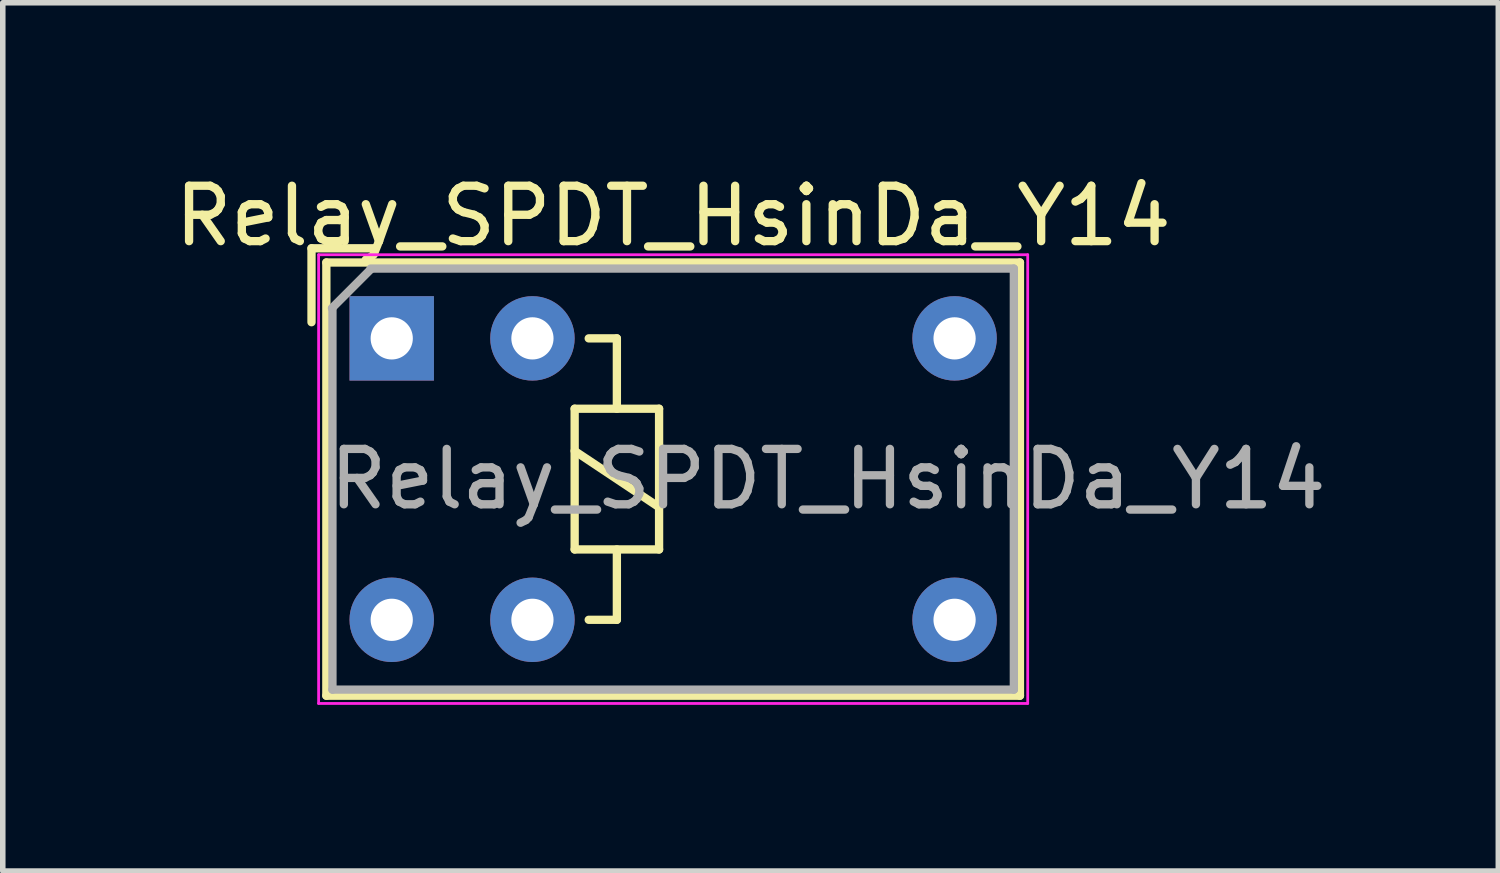
<source format=kicad_pcb>
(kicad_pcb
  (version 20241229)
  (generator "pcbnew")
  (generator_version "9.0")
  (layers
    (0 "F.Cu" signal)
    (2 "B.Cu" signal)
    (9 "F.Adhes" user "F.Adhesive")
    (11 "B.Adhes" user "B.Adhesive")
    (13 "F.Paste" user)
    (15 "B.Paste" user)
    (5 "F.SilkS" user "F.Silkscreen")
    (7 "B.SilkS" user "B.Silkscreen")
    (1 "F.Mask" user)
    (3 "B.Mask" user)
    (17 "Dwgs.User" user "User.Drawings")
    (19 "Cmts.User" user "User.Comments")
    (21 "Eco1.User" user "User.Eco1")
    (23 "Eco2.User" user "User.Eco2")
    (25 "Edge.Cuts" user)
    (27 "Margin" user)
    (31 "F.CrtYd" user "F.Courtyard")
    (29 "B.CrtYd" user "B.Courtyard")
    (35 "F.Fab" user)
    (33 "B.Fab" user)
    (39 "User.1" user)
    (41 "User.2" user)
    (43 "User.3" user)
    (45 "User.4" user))
  (footprint "Relay_SPDT_HsinDa_Y14"
    (layer "F.Cu")
    (at 4.021 3.058)
    (property "Reference" "Relay_SPDT_HsinDa_Y14" (at 5.08 -2.21 0) (layer "F.SilkS") (effects (font (size 1 1) (thickness 0.15))))
    (attr through_hole)
    (fp_line (start -1.448 -1.626) (end -1.448 -0.292) (stroke (width 0.15) (type solid)) (layer "F.SilkS"))
    (fp_line (start -1.18 -1.37) (end -1.18 6.45) (stroke (width 0.15) (type solid)) (layer "F.SilkS"))
    (fp_line (start -1.18 6.45) (end 11.34 6.45) (stroke (width 0.15) (type solid)) (layer "F.SilkS"))
    (fp_line (start -0.305 -1.626) (end -1.448 -1.626) (stroke (width 0.15) (type solid)) (layer "F.SilkS"))
    (fp_line (start 3.302 1.27) (end 4.826 1.27) (stroke (width 0.15) (type solid)) (layer "F.SilkS"))
    (fp_line (start 3.302 2.032) (end 4.826 3.048) (stroke (width 0.15) (type solid)) (layer "F.SilkS"))
    (fp_line (start 3.302 3.81) (end 3.302 1.27) (stroke (width 0.15) (type solid)) (layer "F.SilkS"))
    (fp_line (start 3.556 0) (end 4.064 0) (stroke (width 0.15) (type solid)) (layer "F.SilkS"))
    (fp_line (start 4.064 0) (end 4.064 1.27) (stroke (width 0.15) (type solid)) (layer "F.SilkS"))
    (fp_line (start 4.064 3.81) (end 4.064 5.08) (stroke (width 0.15) (type solid)) (layer "F.SilkS"))
    (fp_line (start 4.064 5.08) (end 3.556 5.08) (stroke (width 0.15) (type solid)) (layer "F.SilkS"))
    (fp_line (start 4.826 1.27) (end 4.826 3.81) (stroke (width 0.15) (type solid)) (layer "F.SilkS"))
    (fp_line (start 4.826 3.81) (end 3.302 3.81) (stroke (width 0.15) (type solid)) (layer "F.SilkS"))
    (fp_line (start 11.34 -1.37) (end -1.18 -1.37) (stroke (width 0.15) (type solid)) (layer "F.SilkS"))
    (fp_line (start 11.34 6.45) (end 11.34 -1.37) (stroke (width 0.15) (type solid)) (layer "F.SilkS"))
    (fp_line (start -1.32 -1.51) (end -1.32 6.59) (stroke (width 0.05) (type solid)) (layer "F.CrtYd"))
    (fp_line (start -1.32 6.59) (end 11.48 6.59) (stroke (width 0.05) (type solid)) (layer "F.CrtYd"))
    (fp_line (start 11.48 -1.51) (end -1.32 -1.51) (stroke (width 0.05) (type solid)) (layer "F.CrtYd"))
    (fp_line (start 11.48 6.59) (end 11.48 -1.51) (stroke (width 0.05) (type solid)) (layer "F.CrtYd"))
    (fp_line (start -1.07 6.34) (end -1.07 -0.546) (stroke (width 0.15) (type solid)) (layer "F.Fab"))
    (fp_line (start -0.381 -1.26) (end 11.23 -1.26) (stroke (width 0.15) (type solid)) (layer "F.Fab"))
    (fp_line (start -0.381 -1.245) (end -1.079 -0.546) (stroke (width 0.15) (type solid)) (layer "F.Fab"))
    (fp_line (start 11.23 -1.26) (end 11.23 6.34) (stroke (width 0.15) (type solid)) (layer "F.Fab"))
    (fp_line (start 11.23 6.34) (end -1.07 6.34) (stroke (width 0.15) (type solid)) (layer "F.Fab"))
    (fp_text user "${REFERENCE}" (at 7.874 2.54 0) (layer "F.Fab") (effects (font (size 1 1) (thickness 0.15))))
    (pad "1" thru_hole rect (at 0 0) (size 1.524 1.524) (drill 0.762) (layers "*.Cu" "*.Mask"))
    (pad "2" thru_hole circle (at 0 5.08) (size 1.524 1.524) (drill 0.762) (layers "*.Cu" "*.Mask"))
    (pad "3" thru_hole circle (at 2.54 0) (size 1.524 1.524) (drill 0.762) (layers "*.Cu" "*.Mask"))
    (pad "4" thru_hole circle (at 2.54 5.08) (size 1.524 1.524) (drill 0.762) (layers "*.Cu" "*.Mask"))
    (pad "5" thru_hole circle (at 10.16 0) (size 1.524 1.524) (drill 0.762) (layers "*.Cu" "*.Mask"))
    (pad "6" thru_hole circle (at 10.16 5.08) (size 1.524 1.524) (drill 0.762) (layers "*.Cu" "*.Mask")))
  (gr_rect
    (start -3 -3)
    (end 23.996 12.673)
    (stroke (width 0.1) (type default))
    (fill no)
    (layer "Edge.Cuts")))
</source>
